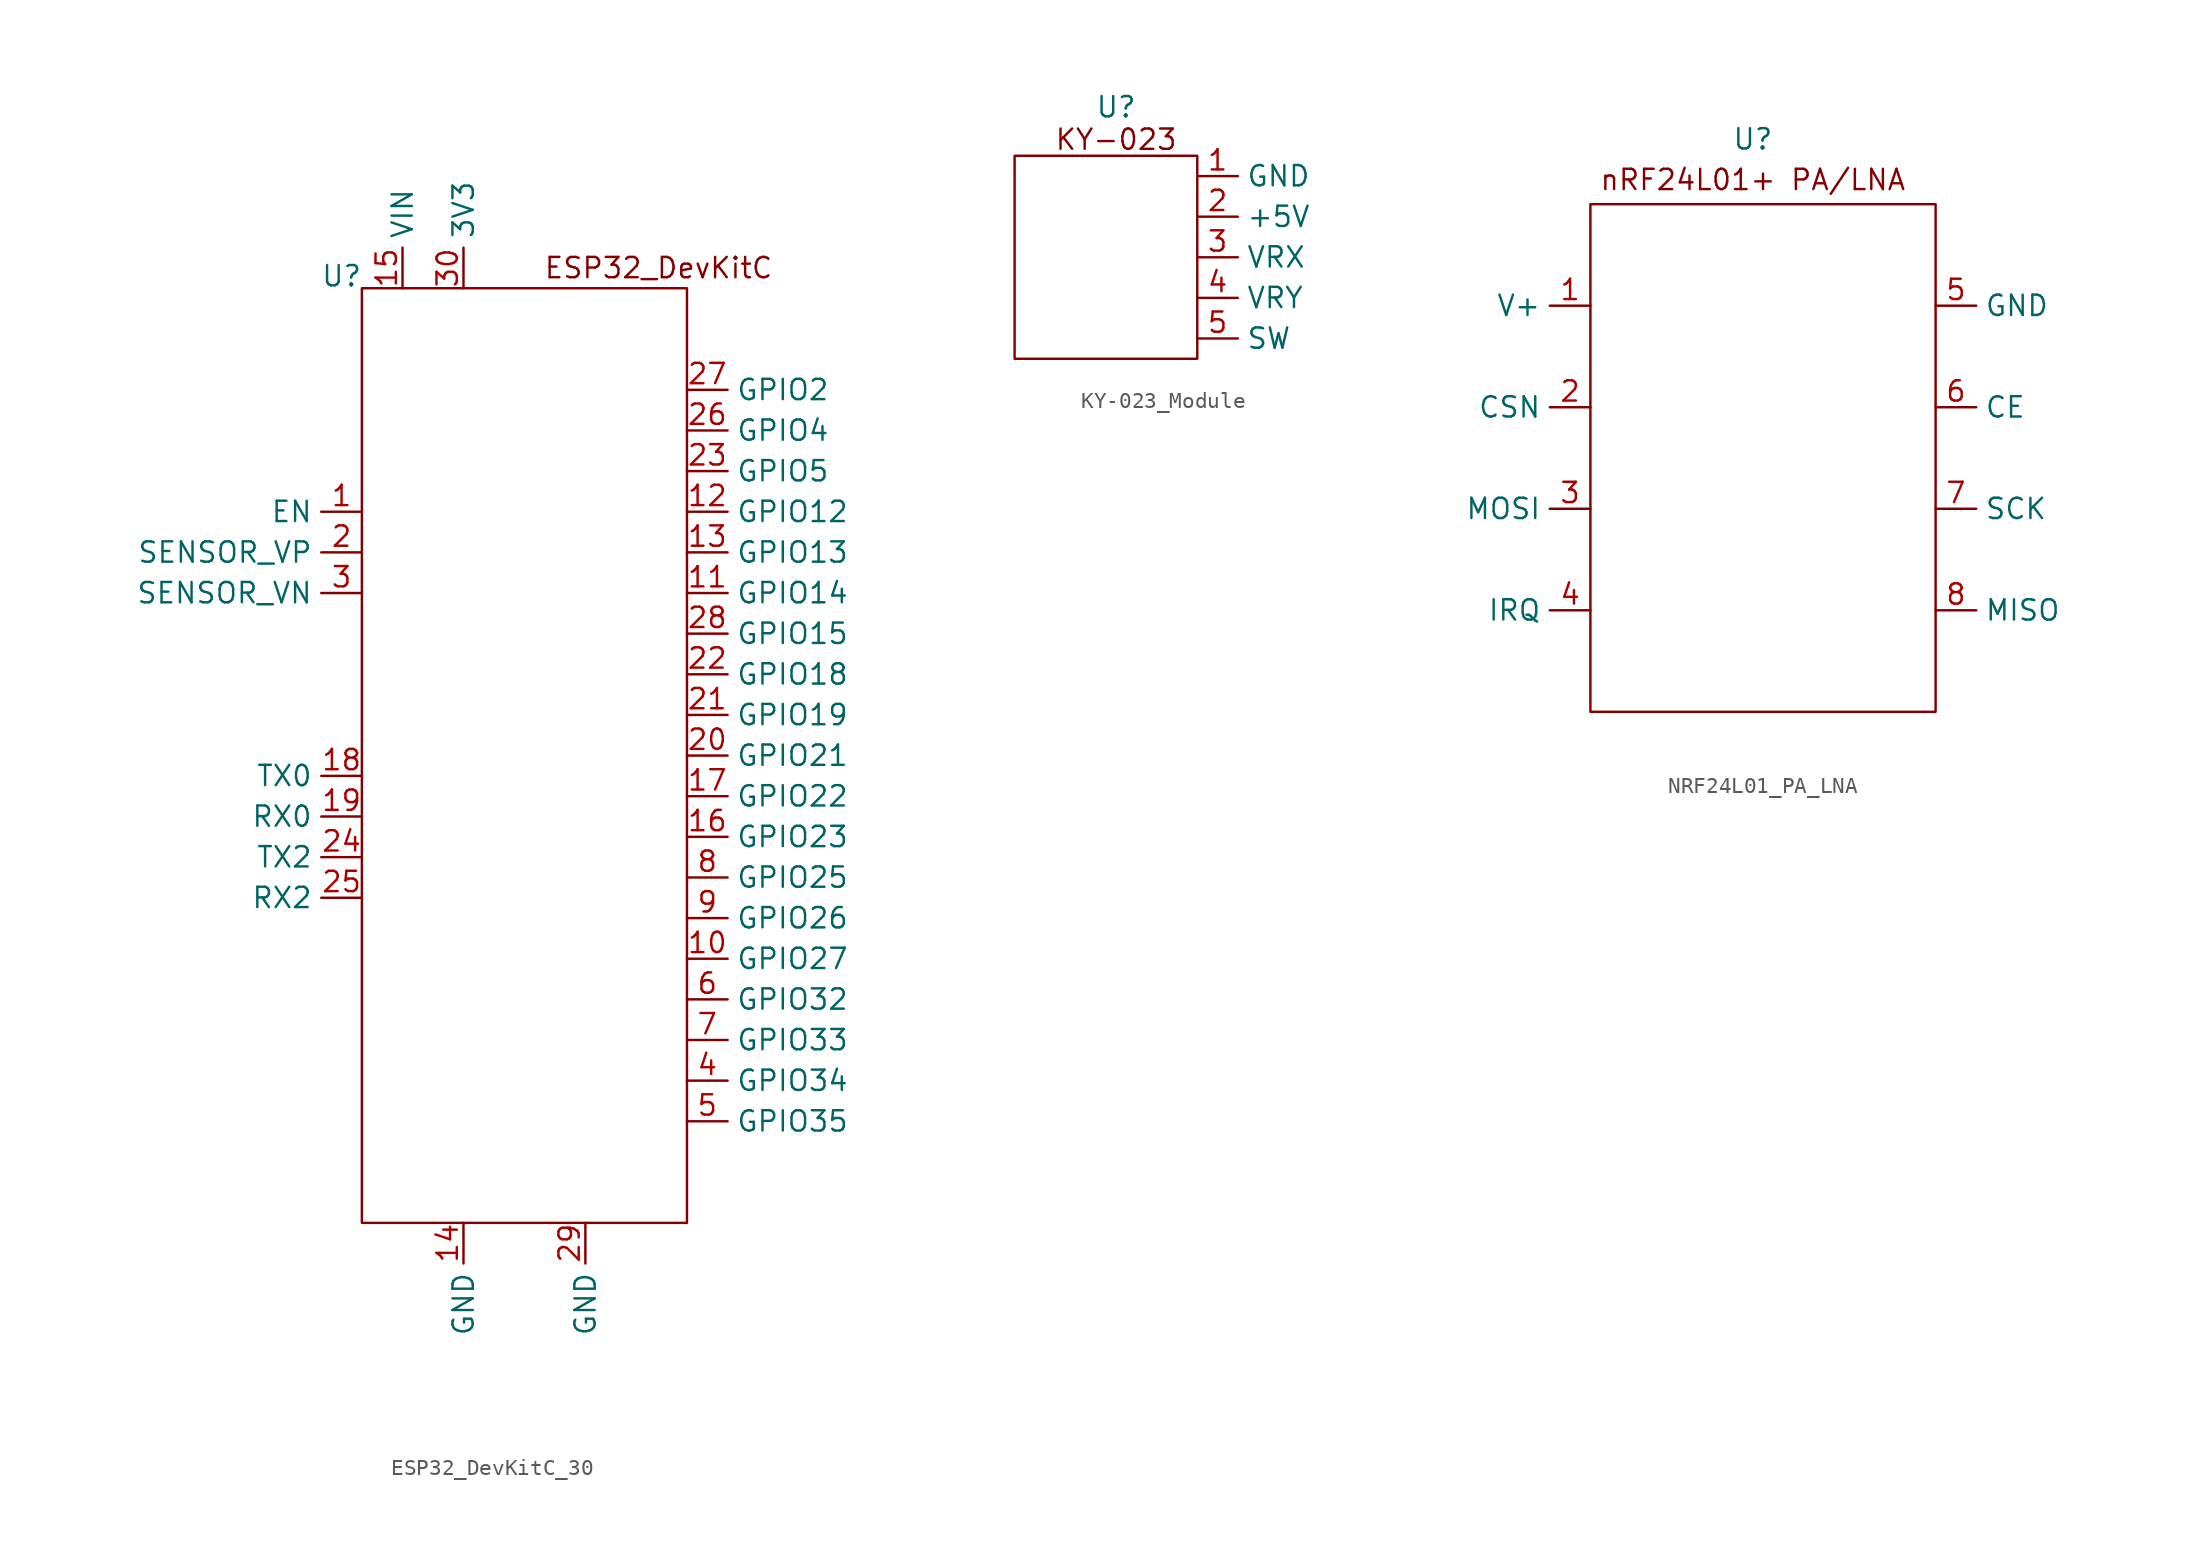
<source format=kicad_sym>
(kicad_symbol_lib
  (version 20241209)
  (generator "kicad_symbol_editor")
  (generator_version "9.0")
  (symbol "ESP32_DevKitC_30"
    (property "Reference" "U"
      (at -10.16 -1.778 0)
      (effects (font (size 1.27 1.27))))
    (property "Value" ""
      (at 0 0 0)
      (effects (font (size 1.27 1.27))))
    (symbol "ESP32_DevKitC_30_0_1"
      (rectangle (start -8.89 -2.54) (end 11.43 -60.96) (stroke (width 0) (type default)) (fill (type none))))
    (symbol "ESP32_DevKitC_30_1_1"
      (text "ESP32_DevKitC" (at 9.652 -1.27 0) (effects (font (size 1.27 1.27))))
      (pin input line (at -8.89 -16.51 180) (length 2.54) (name "EN" (effects (font (size 1.27 1.27)))) (number "1" (effects (font (size 1.27 1.27)))))
      (pin input line (at -8.89 -19.05 180) (length 2.54) (name "SENSOR_VP" (effects (font (size 1.27 1.27)))) (number "2" (effects (font (size 1.27 1.27)))))
      (pin input line (at -8.89 -21.59 180) (length 2.54) (name "SENSOR_VN" (effects (font (size 1.27 1.27)))) (number "3" (effects (font (size 1.27 1.27)))))
      (pin bidirectional line (at -8.89 -33.02 180) (length 2.54) (name "TX0" (effects (font (size 1.27 1.27)))) (number "18" (effects (font (size 1.27 1.27)))))
      (pin bidirectional line (at -8.89 -35.56 180) (length 2.54) (name "RX0" (effects (font (size 1.27 1.27)))) (number "19" (effects (font (size 1.27 1.27)))))
      (pin bidirectional line (at -8.89 -38.1 180) (length 2.54) (name "TX2" (effects (font (size 1.27 1.27)))) (number "24" (effects (font (size 1.27 1.27)))))
      (pin bidirectional line (at -8.89 -40.64 180) (length 2.54) (name "RX2" (effects (font (size 1.27 1.27)))) (number "25" (effects (font (size 1.27 1.27)))))
      (pin power_in line (at -6.35 -2.54 90) (length 2.54) (name "VIN" (effects (font (size 1.27 1.27)))) (number "15" (effects (font (size 1.27 1.27)))))
      (pin power_in line (at -2.54 -2.54 90) (length 2.54) (name "3V3" (effects (font (size 1.27 1.27)))) (number "30" (effects (font (size 1.27 1.27)))))
      (pin power_in line (at -2.54 -60.96 270) (length 2.54) (name "GND" (effects (font (size 1.27 1.27)))) (number "14" (effects (font (size 1.27 1.27)))))
      (pin power_in line (at 5.08 -60.96 270) (length 2.54) (name "GND" (effects (font (size 1.27 1.27)))) (number "29" (effects (font (size 1.27 1.27)))))
      (pin bidirectional line (at 11.43 -8.89 0) (length 2.54) (name "GPIO2" (effects (font (size 1.27 1.27)))) (number "27" (effects (font (size 1.27 1.27)))))
      (pin bidirectional line (at 11.43 -11.43 0) (length 2.54) (name "GPIO4" (effects (font (size 1.27 1.27)))) (number "26" (effects (font (size 1.27 1.27)))))
      (pin bidirectional line (at 11.43 -13.97 0) (length 2.54) (name "GPIO5" (effects (font (size 1.27 1.27)))) (number "23" (effects (font (size 1.27 1.27)))))
      (pin bidirectional line (at 11.43 -16.51 0) (length 2.54) (name "GPIO12" (effects (font (size 1.27 1.27)))) (number "12" (effects (font (size 1.27 1.27)))))
      (pin bidirectional line (at 11.43 -19.05 0) (length 2.54) (name "GPIO13" (effects (font (size 1.27 1.27)))) (number "13" (effects (font (size 1.27 1.27)))))
      (pin bidirectional line (at 11.43 -21.59 0) (length 2.54) (name "GPIO14" (effects (font (size 1.27 1.27)))) (number "11" (effects (font (size 1.27 1.27)))))
      (pin bidirectional line (at 11.43 -24.13 0) (length 2.54) (name "GPIO15" (effects (font (size 1.27 1.27)))) (number "28" (effects (font (size 1.27 1.27)))))
      (pin bidirectional line (at 11.43 -26.67 0) (length 2.54) (name "GPIO18" (effects (font (size 1.27 1.27)))) (number "22" (effects (font (size 1.27 1.27)))))
      (pin bidirectional line (at 11.43 -29.21 0) (length 2.54) (name "GPIO19" (effects (font (size 1.27 1.27)))) (number "21" (effects (font (size 1.27 1.27)))))
      (pin bidirectional line (at 11.43 -31.75 0) (length 2.54) (name "GPIO21" (effects (font (size 1.27 1.27)))) (number "20" (effects (font (size 1.27 1.27)))))
      (pin bidirectional line (at 11.43 -34.29 0) (length 2.54) (name "GPIO22" (effects (font (size 1.27 1.27)))) (number "17" (effects (font (size 1.27 1.27)))))
      (pin bidirectional line (at 11.43 -36.83 0) (length 2.54) (name "GPIO23" (effects (font (size 1.27 1.27)))) (number "16" (effects (font (size 1.27 1.27)))))
      (pin bidirectional line (at 11.43 -39.37 0) (length 2.54) (name "GPIO25" (effects (font (size 1.27 1.27)))) (number "8" (effects (font (size 1.27 1.27)))))
      (pin bidirectional line (at 11.43 -41.91 0) (length 2.54) (name "GPIO26" (effects (font (size 1.27 1.27)))) (number "9" (effects (font (size 1.27 1.27)))))
      (pin bidirectional line (at 11.43 -44.45 0) (length 2.54) (name "GPIO27" (effects (font (size 1.27 1.27)))) (number "10" (effects (font (size 1.27 1.27)))))
      (pin bidirectional line (at 11.43 -46.99 0) (length 2.54) (name "GPIO32" (effects (font (size 1.27 1.27)))) (number "6" (effects (font (size 1.27 1.27)))))
      (pin bidirectional line (at 11.43 -49.53 0) (length 2.54) (name "GPIO33" (effects (font (size 1.27 1.27)))) (number "7" (effects (font (size 1.27 1.27)))))
      (pin input line (at 11.43 -52.07 0) (length 2.54) (name "GPIO34" (effects (font (size 1.27 1.27)))) (number "4" (effects (font (size 1.27 1.27)))))
      (pin input line (at 11.43 -54.61 0) (length 2.54) (name "GPIO35" (effects (font (size 1.27 1.27)))) (number "5" (effects (font (size 1.27 1.27)))))))
  (symbol "KY-023_Module"
    (property "Reference" "U"
      (at 0 1.778 0)
      (effects (font (size 1.27 1.27))))
    (property "Value" ""
      (at 0 0 0)
      (effects (font (size 1.27 1.27))))
    (symbol "KY-023_Module_0_1"
      (rectangle (start -6.35 -1.27) (end 5.08 -13.97) (stroke (width 0) (type default)) (fill (type none))))
    (symbol "KY-023_Module_1_1"
      (text "KY-023" (at 0 -0.254 0) (effects (font (size 1.27 1.27))))
      (pin power_in line (at 5.08 -2.54 0) (length 2.54) (name "GND" (effects (font (size 1.27 1.27)))) (number "1" (effects (font (size 1.27 1.27)))))
      (pin power_in line (at 5.08 -5.08 0) (length 2.54) (name "+5V" (effects (font (size 1.27 1.27)))) (number "2" (effects (font (size 1.27 1.27)))))
      (pin output line (at 5.08 -7.62 0) (length 2.54) (name "VRX" (effects (font (size 1.27 1.27)))) (number "3" (effects (font (size 1.27 1.27)))))
      (pin output line (at 5.08 -10.16 0) (length 2.54) (name "VRY" (effects (font (size 1.27 1.27)))) (number "4" (effects (font (size 1.27 1.27)))))
      (pin output line (at 5.08 -12.7 0) (length 2.54) (name "SW" (effects (font (size 1.27 1.27)))) (number "5" (effects (font (size 1.27 1.27)))))))
  (symbol "NRF24L01_PA_LNA"
    (property "Reference" "U"
      (at 0 2.794 0)
      (effects (font (size 1.27 1.27))))
    (property "Value" ""
      (at 0 0 0)
      (effects (font (size 1.27 1.27))))
    (symbol "NRF24L01_PA_LNA_0_1"
      (rectangle (start -10.16 -1.27) (end 11.43 -33.02) (stroke (width 0) (type default)) (fill (type none))))
    (symbol "NRF24L01_PA_LNA_1_1"
      (text "nRF24L01+ PA/LNA" (at 0 0.254 0) (effects (font (size 1.27 1.27))))
      (pin power_in line (at -10.16 -7.62 180) (length 2.54) (name "V+" (effects (font (size 1.27 1.27)))) (number "1" (effects (font (size 1.27 1.27)))))
      (pin input line (at -10.16 -13.97 180) (length 2.54) (name "CSN" (effects (font (size 1.27 1.27)))) (number "2" (effects (font (size 1.27 1.27)))))
      (pin input line (at -10.16 -20.32 180) (length 2.54) (name "MOSI" (effects (font (size 1.27 1.27)))) (number "3" (effects (font (size 1.27 1.27)))))
      (pin output line (at -10.16 -26.67 180) (length 2.54) (name "IRQ" (effects (font (size 1.27 1.27)))) (number "4" (effects (font (size 1.27 1.27)))))
      (pin power_in line (at 11.43 -7.62 0) (length 2.54) (name "GND" (effects (font (size 1.27 1.27)))) (number "5" (effects (font (size 1.27 1.27)))))
      (pin input line (at 11.43 -13.97 0) (length 2.54) (name "CE" (effects (font (size 1.27 1.27)))) (number "6" (effects (font (size 1.27 1.27)))))
      (pin input line (at 11.43 -20.32 0) (length 2.54) (name "SCK" (effects (font (size 1.27 1.27)))) (number "7" (effects (font (size 1.27 1.27)))))
      (pin output line (at 11.43 -26.67 0) (length 2.54) (name "MISO" (effects (font (size 1.27 1.27)))) (number "8" (effects (font (size 1.27 1.27))))))))
</source>
